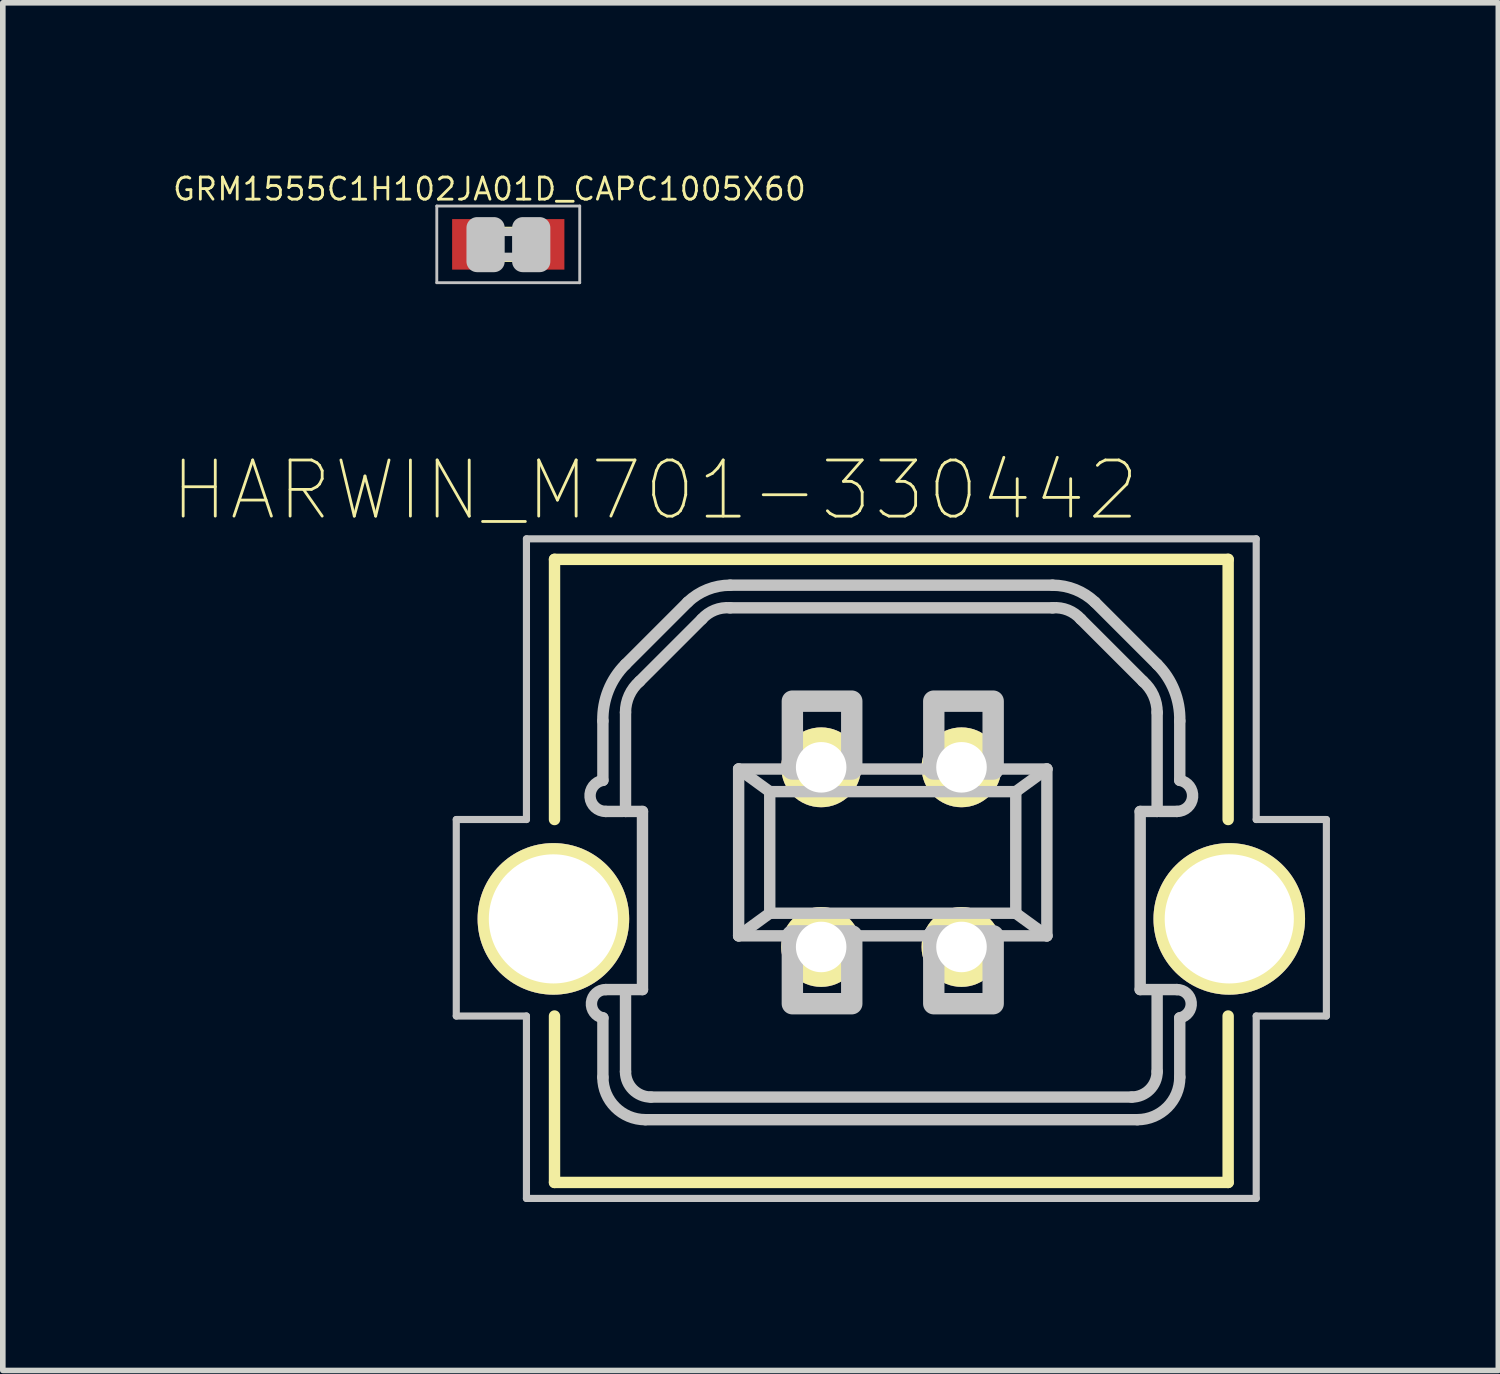
<source format=kicad_pcb>
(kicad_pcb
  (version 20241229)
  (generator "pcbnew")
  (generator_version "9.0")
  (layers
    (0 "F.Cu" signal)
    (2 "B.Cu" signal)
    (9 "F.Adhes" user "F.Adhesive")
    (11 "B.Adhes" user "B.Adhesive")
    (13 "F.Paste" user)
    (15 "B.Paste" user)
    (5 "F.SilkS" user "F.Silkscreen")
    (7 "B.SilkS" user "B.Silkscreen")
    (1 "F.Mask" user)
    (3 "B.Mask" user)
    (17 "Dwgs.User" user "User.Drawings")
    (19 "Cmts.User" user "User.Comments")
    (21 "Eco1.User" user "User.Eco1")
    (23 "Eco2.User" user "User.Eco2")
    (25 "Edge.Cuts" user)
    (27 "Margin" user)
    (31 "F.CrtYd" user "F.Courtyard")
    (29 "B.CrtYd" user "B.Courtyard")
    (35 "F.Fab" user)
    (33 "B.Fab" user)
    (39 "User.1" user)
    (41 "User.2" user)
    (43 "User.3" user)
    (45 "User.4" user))
  (footprint "HARWIN_M701-330442"
    (layer "F.Cu")
    (at 12.828 12.049)
    (property "Reference" "HARWIN_M701-330442" (at -4.21 -6.365 0) (layer "F.SilkS") (effects (font (size 1 1) (thickness 0.05))))
    (attr through_hole)
    (fp_line (start -6 -5.135) (end 6 -5.135) (stroke (width 0.203) (type solid)) (layer "F.SilkS"))
    (fp_line (start -6 -0.5) (end -6 -5.135) (stroke (width 0.203) (type solid)) (layer "F.SilkS"))
    (fp_line (start -6 5.965) (end -6 3) (stroke (width 0.203) (type solid)) (layer "F.SilkS"))
    (fp_line (start -6 5.965) (end 6 5.965) (stroke (width 0.203) (type solid)) (layer "F.SilkS"))
    (fp_line (start 6 -5.135) (end 6 -0.5) (stroke (width 0.203) (type solid)) (layer "F.SilkS"))
    (fp_line (start 6 3) (end 6 5.965) (stroke (width 0.203) (type solid)) (layer "F.SilkS"))
    (fp_line (start -7.75 -0.5) (end -6.5 -0.5) (stroke (width 0.127) (type solid)) (layer "Dwgs.User"))
    (fp_line (start -7.75 3) (end -7.75 -0.5) (stroke (width 0.127) (type solid)) (layer "Dwgs.User"))
    (fp_line (start -6.5 -5.5) (end 6.5 -5.5) (stroke (width 0.127) (type solid)) (layer "Dwgs.User"))
    (fp_line (start -6.5 -0.5) (end -6.5 -5.5) (stroke (width 0.127) (type solid)) (layer "Dwgs.User"))
    (fp_line (start -6.5 3) (end -7.75 3) (stroke (width 0.127) (type solid)) (layer "Dwgs.User"))
    (fp_line (start -6.5 6.25) (end -6.5 3) (stroke (width 0.127) (type solid)) (layer "Dwgs.User"))
    (fp_line (start -5.138 -2.256) (end -5.138 -1.198) (stroke (width 0.203) (type solid)) (layer "Dwgs.User"))
    (fp_line (start -5.138 3.033) (end -5.138 4.091) (stroke (width 0.203) (type solid)) (layer "Dwgs.User"))
    (fp_line (start -4.786 -0.644) (end -5.088 -0.644) (stroke (width 0.203) (type solid)) (layer "Dwgs.User"))
    (fp_line (start -4.735 -0.644) (end -4.735 -2.408) (stroke (width 0.203) (type solid)) (layer "Dwgs.User"))
    (fp_line (start -4.735 -0.644) (end -4.433 -0.644) (stroke (width 0.203) (type solid)) (layer "Dwgs.User"))
    (fp_line (start -4.735 3.99) (end -4.735 2.58) (stroke (width 0.203) (type solid)) (layer "Dwgs.User"))
    (fp_line (start -4.484 -2.962) (end -3.375 -4.07) (stroke (width 0.203) (type solid)) (layer "Dwgs.User"))
    (fp_line (start -4.433 -0.644) (end -4.433 2.529) (stroke (width 0.203) (type solid)) (layer "Dwgs.User"))
    (fp_line (start -4.433 2.529) (end -5.088 2.529) (stroke (width 0.203) (type solid)) (layer "Dwgs.User"))
    (fp_line (start -4.383 4.847) (end 4.383 4.847) (stroke (width 0.203) (type solid)) (layer "Dwgs.User"))
    (fp_line (start -3.627 -4.372) (end -4.735 -3.264) (stroke (width 0.203) (type solid)) (layer "Dwgs.User"))
    (fp_line (start -2.872 -4.271) (end 2.872 -4.271) (stroke (width 0.203) (type solid)) (layer "Dwgs.User"))
    (fp_line (start -2.72 -1.4) (end -2.166 -0.997) (stroke (width 0.203) (type solid)) (layer "Dwgs.User"))
    (fp_line (start -2.72 -1.4) (end 2.771 -1.4) (stroke (width 0.203) (type solid)) (layer "Dwgs.User"))
    (fp_line (start -2.72 1.572) (end -2.72 -1.4) (stroke (width 0.203) (type solid)) (layer "Dwgs.User"))
    (fp_line (start -2.72 1.572) (end -2.166 1.169) (stroke (width 0.203) (type solid)) (layer "Dwgs.User"))
    (fp_line (start -2.166 -0.997) (end 2.217 -0.997) (stroke (width 0.203) (type solid)) (layer "Dwgs.User"))
    (fp_line (start -2.166 1.169) (end -2.166 -0.997) (stroke (width 0.203) (type solid)) (layer "Dwgs.User"))
    (fp_line (start 2.217 -0.997) (end 2.217 1.169) (stroke (width 0.203) (type solid)) (layer "Dwgs.User"))
    (fp_line (start 2.217 1.169) (end -2.166 1.169) (stroke (width 0.203) (type solid)) (layer "Dwgs.User"))
    (fp_line (start 2.771 -1.4) (end 2.217 -0.997) (stroke (width 0.203) (type solid)) (layer "Dwgs.User"))
    (fp_line (start 2.771 -1.4) (end 2.771 1.572) (stroke (width 0.203) (type solid)) (layer "Dwgs.User"))
    (fp_line (start 2.771 1.572) (end -2.72 1.572) (stroke (width 0.203) (type solid)) (layer "Dwgs.User"))
    (fp_line (start 2.771 1.572) (end 2.217 1.169) (stroke (width 0.203) (type solid)) (layer "Dwgs.User"))
    (fp_line (start 2.872 -4.675) (end -2.872 -4.675) (stroke (width 0.203) (type solid)) (layer "Dwgs.User"))
    (fp_line (start 3.627 -4.372) (end 4.735 -3.264) (stroke (width 0.203) (type solid)) (layer "Dwgs.User"))
    (fp_line (start 4.282 4.444) (end -4.282 4.444) (stroke (width 0.203) (type solid)) (layer "Dwgs.User"))
    (fp_line (start 4.433 -0.644) (end 4.433 2.529) (stroke (width 0.203) (type solid)) (layer "Dwgs.User"))
    (fp_line (start 4.433 2.529) (end 5.088 2.529) (stroke (width 0.203) (type solid)) (layer "Dwgs.User"))
    (fp_line (start 4.484 -2.962) (end 3.375 -4.07) (stroke (width 0.203) (type solid)) (layer "Dwgs.User"))
    (fp_line (start 4.735 -0.644) (end 4.433 -0.644) (stroke (width 0.203) (type solid)) (layer "Dwgs.User"))
    (fp_line (start 4.735 -0.644) (end 4.735 -2.408) (stroke (width 0.203) (type solid)) (layer "Dwgs.User"))
    (fp_line (start 4.735 3.99) (end 4.735 2.58) (stroke (width 0.203) (type solid)) (layer "Dwgs.User"))
    (fp_line (start 4.786 -0.644) (end 5.088 -0.644) (stroke (width 0.203) (type solid)) (layer "Dwgs.User"))
    (fp_line (start 5.138 -2.256) (end 5.138 -1.198) (stroke (width 0.203) (type solid)) (layer "Dwgs.User"))
    (fp_line (start 5.138 3.033) (end 5.138 4.091) (stroke (width 0.203) (type solid)) (layer "Dwgs.User"))
    (fp_line (start 6.5 -5.5) (end 6.5 -0.5) (stroke (width 0.127) (type solid)) (layer "Dwgs.User"))
    (fp_line (start 6.5 -0.5) (end 7.75 -0.5) (stroke (width 0.127) (type solid)) (layer "Dwgs.User"))
    (fp_line (start 6.5 3) (end 6.5 6.25) (stroke (width 0.127) (type solid)) (layer "Dwgs.User"))
    (fp_line (start 6.5 6.25) (end -6.5 6.25) (stroke (width 0.127) (type solid)) (layer "Dwgs.User"))
    (fp_line (start 7.75 -0.5) (end 7.75 3) (stroke (width 0.127) (type solid)) (layer "Dwgs.User"))
    (fp_line (start 7.75 3) (end 6.5 3) (stroke (width 0.127) (type solid)) (layer "Dwgs.User"))
    (fp_arc (start -5.1385 -2.2564) (mid -5.040701 -2.800555) (end -4.736849 -3.262446) (stroke (width 0.2032) (type solid)) (layer "Dwgs.User"))
    (fp_arc (start -5.1385 3.0332) (mid -5.341275 2.758658) (end -5.08843 2.529398) (stroke (width 0.2032) (type solid)) (layer "Dwgs.User"))
    (fp_arc (start -5.088136 -0.644301) (mid -5.366344 -0.898406) (end -5.1385 -1.1985) (stroke (width 0.2032) (type solid)) (layer "Dwgs.User"))
    (fp_arc (start -4.735402 -2.408373) (mid -4.669318 -2.712257) (end -4.4836 -2.9617) (stroke (width 0.2032) (type solid)) (layer "Dwgs.User"))
    (fp_arc (start -4.3828 4.8468) (mid -4.917161 4.625461) (end -5.1385 4.0911) (stroke (width 0.2032) (type solid)) (layer "Dwgs.User"))
    (fp_arc (start -4.282 4.4438) (mid -4.602602 4.311002) (end -4.7354 3.9904) (stroke (width 0.2032) (type solid)) (layer "Dwgs.User"))
    (fp_arc (start -3.6271 -4.3722) (mid -3.278494 -4.596084) (end -2.871675 -4.674497) (stroke (width 0.2032) (type solid)) (layer "Dwgs.User"))
    (fp_arc (start -3.375248 -4.070058) (mid -3.147137 -4.230203) (end -2.8715 -4.2715) (stroke (width 0.2032) (type solid)) (layer "Dwgs.User"))
    (fp_arc (start 2.8715 -4.2715) (mid 3.147137 -4.230204) (end 3.375248 -4.070058) (stroke (width 0.2032) (type solid)) (layer "Dwgs.User"))
    (fp_arc (start 2.871675 -4.674497) (mid 3.278494 -4.596085) (end 3.6271 -4.3722) (stroke (width 0.2032) (type solid)) (layer "Dwgs.User"))
    (fp_arc (start 4.4836 -2.9617) (mid 4.669318 -2.712257) (end 4.735402 -2.408373) (stroke (width 0.2032) (type solid)) (layer "Dwgs.User"))
    (fp_arc (start 4.7354 3.9904) (mid 4.602602 4.311002) (end 4.282 4.4438) (stroke (width 0.2032) (type solid)) (layer "Dwgs.User"))
    (fp_arc (start 4.736849 -3.262446) (mid 5.040702 -2.800555) (end 5.1385 -2.2564) (stroke (width 0.2032) (type solid)) (layer "Dwgs.User"))
    (fp_arc (start 5.08843 2.529398) (mid 5.341275 2.758658) (end 5.1385 3.0332) (stroke (width 0.2032) (type solid)) (layer "Dwgs.User"))
    (fp_arc (start 5.1385 -1.1985) (mid 5.366345 -0.898406) (end 5.088136 -0.644301) (stroke (width 0.2032) (type solid)) (layer "Dwgs.User"))
    (fp_arc (start 5.1385 4.0911) (mid 4.917161 4.625461) (end 4.3828 4.8468) (stroke (width 0.2032) (type solid)) (layer "Dwgs.User"))
    (fp_poly (pts (xy -1.763 -2.609) (xy -0.705 -2.609) (xy -0.705 -1.4) (xy -1.763 -1.4)) (stroke (width 0.381) (type solid)) (fill no) (layer "Dwgs.User"))
    (fp_poly (pts (xy -1.763 1.572) (xy -0.705 1.572) (xy -0.705 2.781) (xy -1.763 2.781)) (stroke (width 0.381) (type solid)) (fill no) (layer "Dwgs.User"))
    (fp_poly (pts (xy 0.756 -2.609) (xy 1.814 -2.609) (xy 1.814 -1.4) (xy 0.756 -1.4)) (stroke (width 0.381) (type solid)) (fill no) (layer "Dwgs.User"))
    (fp_poly (pts (xy 0.756 1.572) (xy 1.814 1.572) (xy 1.814 2.781) (xy 0.756 2.781)) (stroke (width 0.381) (type solid)) (fill no) (layer "Dwgs.User"))
    (pad "1" thru_hole circle (at 1.25 -1.43) (size 1.422 1.422) (drill 0.9) (layers "*.Cu" "*.Mask" "F.SilkS"))
    (pad "2" thru_hole circle (at -1.25 -1.43) (size 1.422 1.422) (drill 0.9) (layers "*.Cu" "*.Mask" "F.SilkS"))
    (pad "3" thru_hole circle (at -1.25 1.77) (size 1.422 1.422) (drill 0.9) (layers "*.Cu" "*.Mask" "F.SilkS"))
    (pad "4" thru_hole circle (at 1.25 1.77) (size 1.422 1.422) (drill 0.9) (layers "*.Cu" "*.Mask" "F.SilkS"))
    (pad "S1" thru_hole circle (at -6.02 1.27) (size 2.7 2.7) (drill 2.3) (layers "*.Cu" "*.Mask" "F.SilkS"))
    (pad "S2" thru_hole circle (at 6.02 1.27) (size 2.7 2.7) (drill 2.3) (layers "*.Cu" "*.Mask" "F.SilkS")))
  (footprint "GRM1555C1H102JA01D_CAPC1005X60"
    (layer "F.Cu")
    (at 6.004 1.303)
    (property "Reference" "GRM1555C1H102JA01D_CAPC1005X60" (at -0.335 -0.985 0) (layer "F.SilkS") (effects (font (size 0.394 0.394) (thickness 0.05))))
    (attr smd)
    (fp_line (start -0.15 -0.25) (end 0.15 -0.25) (stroke (width 0.127) (type solid)) (layer "F.SilkS"))
    (fp_line (start -0.15 0.25) (end 0.15 0.25) (stroke (width 0.127) (type solid)) (layer "F.SilkS"))
    (fp_line (start -1.273 -0.683) (end 1.273 -0.683) (stroke (width 0.051) (type solid)) (layer "Dwgs.User"))
    (fp_line (start -1.273 0.683) (end -1.273 -0.683) (stroke (width 0.051) (type solid)) (layer "Dwgs.User"))
    (fp_line (start -0.245 -0.224) (end 0.245 -0.224) (stroke (width 0.152) (type solid)) (layer "Dwgs.User"))
    (fp_line (start 0.245 0.224) (end -0.245 0.224) (stroke (width 0.152) (type solid)) (layer "Dwgs.User"))
    (fp_line (start 1.273 -0.683) (end 1.273 0.683) (stroke (width 0.051) (type solid)) (layer "Dwgs.User"))
    (fp_line (start 1.273 0.683) (end -1.273 0.683) (stroke (width 0.051) (type solid)) (layer "Dwgs.User"))
    (fp_poly (pts (xy -0.554 -0.295) (xy -0.254 -0.295) (xy -0.254 0.305) (xy -0.554 0.305)) (stroke (width 0.381) (type solid)) (fill no) (layer "Dwgs.User"))
    (fp_poly (pts (xy 0.259 -0.295) (xy 0.559 -0.295) (xy 0.559 0.305) (xy 0.259 0.305)) (stroke (width 0.381) (type solid)) (fill no) (layer "Dwgs.User"))
    (pad "1" smd rect (at -0.65 0) (size 0.7 0.9) (layers "F.Cu" "F.Mask" "F.Paste"))
    (pad "2" smd rect (at 0.65 0) (size 0.7 0.9) (layers "F.Cu" "F.Mask" "F.Paste")))
  (gr_rect
    (start -3 -3)
    (end 23.641 21.363)
    (stroke (width 0.1) (type default))
    (fill no)
    (layer "Edge.Cuts")))
</source>
